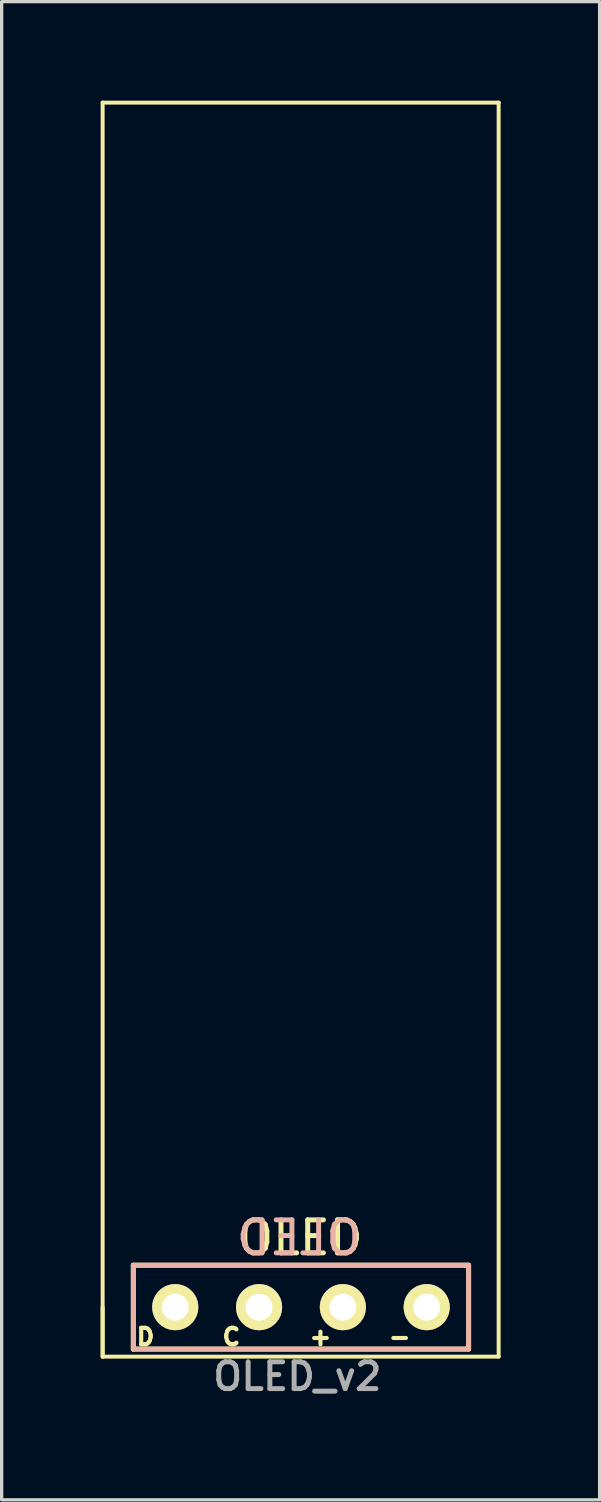
<source format=kicad_pcb>
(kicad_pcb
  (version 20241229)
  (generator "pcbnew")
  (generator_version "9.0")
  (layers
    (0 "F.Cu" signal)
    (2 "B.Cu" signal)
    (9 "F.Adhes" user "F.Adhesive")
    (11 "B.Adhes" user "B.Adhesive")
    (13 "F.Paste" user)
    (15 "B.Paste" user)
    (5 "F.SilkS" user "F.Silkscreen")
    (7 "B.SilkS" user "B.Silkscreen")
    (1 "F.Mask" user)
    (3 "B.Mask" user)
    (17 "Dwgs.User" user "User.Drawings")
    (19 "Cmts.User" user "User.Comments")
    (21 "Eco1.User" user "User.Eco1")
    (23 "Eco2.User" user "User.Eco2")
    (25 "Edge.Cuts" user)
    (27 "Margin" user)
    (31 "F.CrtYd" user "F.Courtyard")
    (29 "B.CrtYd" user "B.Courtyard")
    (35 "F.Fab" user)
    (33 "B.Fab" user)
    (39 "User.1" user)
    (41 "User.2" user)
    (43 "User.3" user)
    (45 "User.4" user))
  (footprint "OLED_v2"
    (layer "F.Cu")
    (at 6.06 36.56)
    (property "Reference" "OLED_v2" (at -0.1 2.1 0) (layer "F.Fab") (effects (font (size 0.813 0.813) (thickness 0.15))))
    (attr through_hole)
    (fp_line (start -6 0) (end -6 1.5) (stroke (width 0.12) (type solid)) (layer "F.SilkS"))
    (fp_line (start -6 1.5) (end -6 -36.5) (stroke (width 0.12) (type solid)) (layer "F.SilkS"))
    (fp_line (start -5.07 -1.27) (end 5.09 -1.27) (stroke (width 0.15) (type solid)) (layer "F.SilkS"))
    (fp_line (start -5.07 1.27) (end -5.07 -1.27) (stroke (width 0.15) (type solid)) (layer "F.SilkS"))
    (fp_line (start -5.07 1.27) (end 5.09 1.27) (stroke (width 0.15) (type solid)) (layer "F.SilkS"))
    (fp_line (start 5.09 -1.27) (end 5.09 1.27) (stroke (width 0.15) (type solid)) (layer "F.SilkS"))
    (fp_line (start 6 -36.5) (end -6 -36.5) (stroke (width 0.12) (type solid)) (layer "F.SilkS"))
    (fp_line (start 6 1.5) (end -6 1.5) (stroke (width 0.12) (type solid)) (layer "F.SilkS"))
    (fp_line (start 6 1.5) (end 6 -36.5) (stroke (width 0.12) (type solid)) (layer "F.SilkS"))
    (fp_line (start -5.07 -1.27) (end 5.09 -1.27) (stroke (width 0.15) (type solid)) (layer "B.SilkS"))
    (fp_line (start -5.07 1.27) (end -5.07 -1.27) (stroke (width 0.15) (type solid)) (layer "B.SilkS"))
    (fp_line (start 5.09 -1.27) (end 5.09 1.27) (stroke (width 0.15) (type solid)) (layer "B.SilkS"))
    (fp_line (start 5.09 1.27) (end -5.07 1.27) (stroke (width 0.15) (type solid)) (layer "B.SilkS"))
    (fp_text user "D" (at -4.7 0.9 0) (unlocked yes) (layer "F.SilkS") (effects (font (size 0.5 0.5) (thickness 0.125))))
    (fp_text user "+" (at 0.6 0.9 0) (unlocked yes) (layer "F.SilkS") (effects (font (size 0.5 0.5) (thickness 0.125))))
    (fp_text user "-" (at 3 0.9 0) (unlocked yes) (layer "F.SilkS") (effects (font (size 0.5 0.5) (thickness 0.125))))
    (fp_text user "OLED" (at 0 -2.1 0) (layer "F.SilkS") (effects (font (size 1 1) (thickness 0.15))))
    (fp_text user "C" (at -2.1 0.9 0) (unlocked yes) (layer "F.SilkS") (effects (font (size 0.5 0.5) (thickness 0.125))))
    (fp_text user "OLED" (at -0.05 -2.1 0) (layer "B.SilkS") (effects (font (size 1 1) (thickness 0.15)) (justify mirror)))
    (pad "1" thru_hole circle (at -3.8 0) (size 1.397 1.397) (drill 0.813) (layers "*.Cu" "*.Mask" "F.SilkS"))
    (pad "2" thru_hole circle (at -1.26 0) (size 1.397 1.397) (drill 0.813) (layers "*.Cu" "*.Mask" "F.SilkS"))
    (pad "3" thru_hole circle (at 1.28 0) (size 1.397 1.397) (drill 0.813) (layers "*.Cu" "*.Mask" "F.SilkS"))
    (pad "4" thru_hole circle (at 3.82 0) (size 1.397 1.397) (drill 0.813) (layers "*.Cu" "*.Mask" "F.SilkS")))
  (gr_rect
    (start -3 -3)
    (end 15.12 42.399)
    (stroke (width 0.1) (type default))
    (fill no)
    (layer "Edge.Cuts")))
</source>
